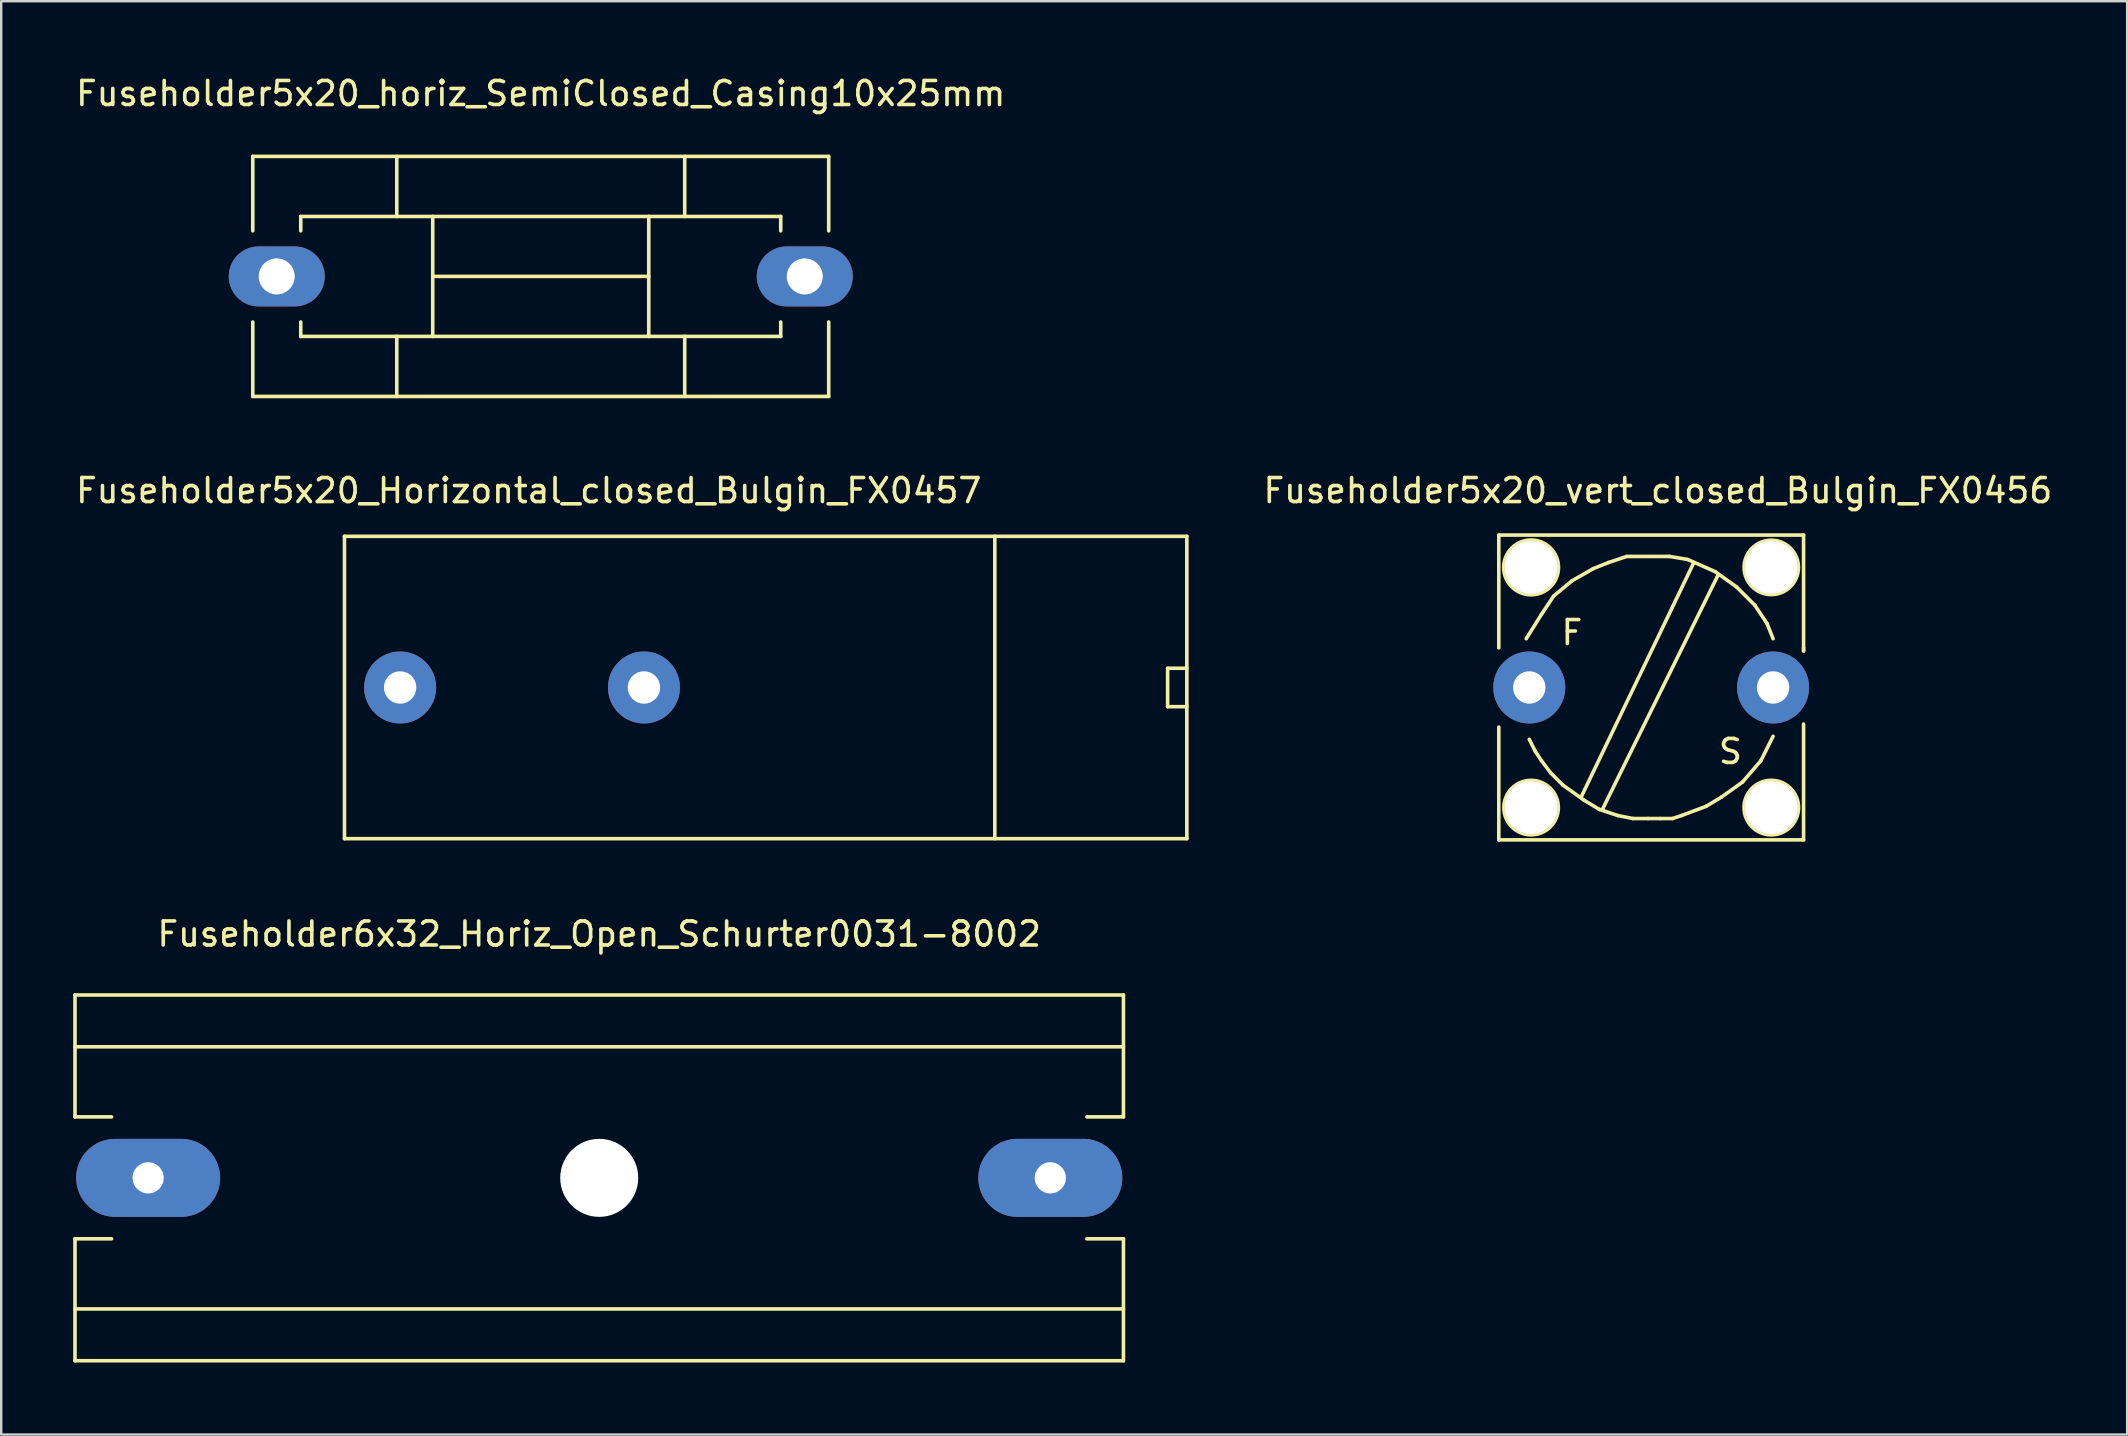
<source format=kicad_pcb>
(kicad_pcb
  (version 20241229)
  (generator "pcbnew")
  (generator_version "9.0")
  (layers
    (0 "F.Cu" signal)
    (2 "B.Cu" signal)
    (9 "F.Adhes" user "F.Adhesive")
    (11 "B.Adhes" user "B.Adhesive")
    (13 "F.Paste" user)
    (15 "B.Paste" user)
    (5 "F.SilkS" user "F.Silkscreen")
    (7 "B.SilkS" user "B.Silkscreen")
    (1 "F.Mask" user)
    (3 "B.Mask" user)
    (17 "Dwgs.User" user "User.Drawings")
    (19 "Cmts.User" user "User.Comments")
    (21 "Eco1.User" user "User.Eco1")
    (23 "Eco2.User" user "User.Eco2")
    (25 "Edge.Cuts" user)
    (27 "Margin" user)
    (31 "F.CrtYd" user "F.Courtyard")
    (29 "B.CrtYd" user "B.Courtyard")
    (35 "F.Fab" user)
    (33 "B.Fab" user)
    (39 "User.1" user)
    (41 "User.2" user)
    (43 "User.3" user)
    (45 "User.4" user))
  (footprint "Fuseholder5x20_horiz_SemiClosed_Casing10x25mm"
    (layer "F.Cu")
    (at 19.482 8.468)
    (property "Reference" "Fuseholder5x20_horiz_SemiClosed_Casing10x25mm" (at 0 -7.62 0) (layer "F.SilkS") (effects (font (size 1 1) (thickness 0.15))))
    (attr through_hole)
    (fp_line (start -11.999 -5.001) (end -11.999 -1.9) (stroke (width 0.15) (type solid)) (layer "F.SilkS"))
    (fp_line (start -11.999 1.9) (end -11.999 5.001) (stroke (width 0.15) (type solid)) (layer "F.SilkS"))
    (fp_line (start -11.999 5.001) (end 11.999 5.001) (stroke (width 0.15) (type solid)) (layer "F.SilkS"))
    (fp_line (start -10 -2.499) (end -10 -1.9) (stroke (width 0.15) (type solid)) (layer "F.SilkS"))
    (fp_line (start -10 1.9) (end -10 2.499) (stroke (width 0.15) (type solid)) (layer "F.SilkS"))
    (fp_line (start -10 2.499) (end 10 2.499) (stroke (width 0.15) (type solid)) (layer "F.SilkS"))
    (fp_line (start -5.999 -2.499) (end -5.999 -5.001) (stroke (width 0.15) (type solid)) (layer "F.SilkS"))
    (fp_line (start -5.999 5.001) (end -5.999 2.499) (stroke (width 0.15) (type solid)) (layer "F.SilkS"))
    (fp_line (start -4.501 -2.499) (end -4.501 2.499) (stroke (width 0.15) (type solid)) (layer "F.SilkS"))
    (fp_line (start -4.501 0) (end 4.501 0) (stroke (width 0.15) (type solid)) (layer "F.SilkS"))
    (fp_line (start 4.501 -2.499) (end 4.501 2.499) (stroke (width 0.15) (type solid)) (layer "F.SilkS"))
    (fp_line (start 5.999 -5.001) (end 5.999 -2.499) (stroke (width 0.15) (type solid)) (layer "F.SilkS"))
    (fp_line (start 5.999 5.001) (end 5.999 2.499) (stroke (width 0.15) (type solid)) (layer "F.SilkS"))
    (fp_line (start 10 -2.499) (end -10 -2.499) (stroke (width 0.15) (type solid)) (layer "F.SilkS"))
    (fp_line (start 10 -1.9) (end 10 -2.499) (stroke (width 0.15) (type solid)) (layer "F.SilkS"))
    (fp_line (start 10 2.499) (end 10 1.9) (stroke (width 0.15) (type solid)) (layer "F.SilkS"))
    (fp_line (start 11.999 -5.001) (end -11.999 -5.001) (stroke (width 0.15) (type solid)) (layer "F.SilkS"))
    (fp_line (start 11.999 -1.9) (end 11.999 -5.001) (stroke (width 0.15) (type solid)) (layer "F.SilkS"))
    (fp_line (start 11.999 5.001) (end 11.999 1.9) (stroke (width 0.15) (type solid)) (layer "F.SilkS"))
    (pad "1" thru_hole oval (at -11.001 0 270) (size 2.499 4) (drill 1.501) (layers "*.Cu" "*.Mask"))
    (pad "2" thru_hole oval (at 11.001 0 270) (size 2.499 4) (drill 1.501) (layers "*.Cu" "*.Mask")))
  (footprint "Fuseholder6x32_Horiz_Open_Schurter0031-8002"
    (layer "F.Cu")
    (at 21.919 46.03)
    (property "Reference" "Fuseholder6x32_Horiz_Open_Schurter0031-8002" (at 0 -10.16 0) (layer "F.SilkS") (effects (font (size 1 1) (thickness 0.15))))
    (attr through_hole)
    (fp_line (start -21.844 -7.62) (end -21.844 -2.54) (stroke (width 0.15) (type solid)) (layer "F.SilkS"))
    (fp_line (start -21.844 -7.62) (end 21.844 -7.62) (stroke (width 0.15) (type solid)) (layer "F.SilkS"))
    (fp_line (start -21.844 -5.461) (end 21.844 -5.461) (stroke (width 0.15) (type solid)) (layer "F.SilkS"))
    (fp_line (start -21.844 -2.54) (end -20.32 -2.54) (stroke (width 0.15) (type solid)) (layer "F.SilkS"))
    (fp_line (start -21.844 2.54) (end -21.844 7.62) (stroke (width 0.15) (type solid)) (layer "F.SilkS"))
    (fp_line (start -20.32 2.54) (end -21.844 2.54) (stroke (width 0.15) (type solid)) (layer "F.SilkS"))
    (fp_line (start 20.32 2.54) (end 21.844 2.54) (stroke (width 0.15) (type solid)) (layer "F.SilkS"))
    (fp_line (start 21.844 -7.62) (end 21.844 -2.54) (stroke (width 0.15) (type solid)) (layer "F.SilkS"))
    (fp_line (start 21.844 -2.54) (end 20.32 -2.54) (stroke (width 0.15) (type solid)) (layer "F.SilkS"))
    (fp_line (start 21.844 2.54) (end 21.844 7.62) (stroke (width 0.15) (type solid)) (layer "F.SilkS"))
    (fp_line (start 21.844 5.461) (end -21.844 5.461) (stroke (width 0.15) (type solid)) (layer "F.SilkS"))
    (fp_line (start 21.844 7.62) (end -21.844 7.62) (stroke (width 0.15) (type solid)) (layer "F.SilkS"))
    (pad "" np_thru_hole circle (at 0 0) (size 3.251 3.251) (drill 3.251) (layers "*.Cu" "*.Mask"))
    (pad "1" thru_hole oval (at -18.796 0 90) (size 3.251 5.999) (drill 1.3) (layers "*.Cu" "*.Mask"))
    (pad "2" thru_hole oval (at 18.796 0 90) (size 3.251 5.999) (drill 1.3) (layers "*.Cu" "*.Mask")))
  (footprint "Fuseholder5x20_Horizontal_closed_Bulgin_FX0457"
    (layer "F.Cu")
    (at 18.703 25.597)
    (property "Reference" "Fuseholder5x20_Horizontal_closed_Bulgin_FX0457" (at 0.279 -8.204 0) (layer "F.SilkS") (effects (font (size 1 1) (thickness 0.15))))
    (attr through_hole)
    (fp_line (start -7.399 6.299) (end -7.399 -6.299) (stroke (width 0.15) (type solid)) (layer "F.SilkS"))
    (fp_line (start -7.399 6.299) (end 27.701 6.299) (stroke (width 0.15) (type solid)) (layer "F.SilkS"))
    (fp_line (start 19.7 6.299) (end 19.7 -6.299) (stroke (width 0.15) (type solid)) (layer "F.SilkS"))
    (fp_line (start 26.901 -0.8) (end 26.901 0.8) (stroke (width 0.15) (type solid)) (layer "F.SilkS"))
    (fp_line (start 26.901 0.8) (end 27.701 0.8) (stroke (width 0.15) (type solid)) (layer "F.SilkS"))
    (fp_line (start 27.701 -6.299) (end -7.399 -6.299) (stroke (width 0.15) (type solid)) (layer "F.SilkS"))
    (fp_line (start 27.701 -0.8) (end 26.901 -0.8) (stroke (width 0.15) (type solid)) (layer "F.SilkS"))
    (fp_line (start 27.701 6.299) (end 27.701 -6.299) (stroke (width 0.15) (type solid)) (layer "F.SilkS"))
    (pad "1" thru_hole circle (at -5.08 0) (size 3 3) (drill 1.349) (layers "*.Cu" "*.Mask"))
    (pad "2" thru_hole circle (at 5.08 0) (size 3 3) (drill 1.349) (layers "*.Cu" "*.Mask")))
  (footprint "Fuseholder5x20_vert_closed_Bulgin_FX0456"
    (layer "F.Cu")
    (at 65.753 25.597)
    (property "Reference" "Fuseholder5x20_vert_closed_Bulgin_FX0456" (at 0.279 -8.204 0) (layer "F.SilkS") (effects (font (size 1 1) (thickness 0.15))))
    (attr through_hole)
    (fp_line (start -6.35 -6.35) (end -6.35 -1.651) (stroke (width 0.15) (type solid)) (layer "F.SilkS"))
    (fp_line (start -6.35 6.35) (end -6.35 1.651) (stroke (width 0.15) (type solid)) (layer "F.SilkS"))
    (fp_line (start -6.35 6.35) (end 6.35 6.35) (stroke (width 0.15) (type solid)) (layer "F.SilkS"))
    (fp_line (start -5.08 2.159) (end -4.826 2.667) (stroke (width 0.15) (type solid)) (layer "F.SilkS"))
    (fp_line (start -4.826 2.667) (end -4.572 3.048) (stroke (width 0.15) (type solid)) (layer "F.SilkS"))
    (fp_line (start -4.572 -3.048) (end -5.207 -2.032) (stroke (width 0.15) (type solid)) (layer "F.SilkS"))
    (fp_line (start -4.572 3.048) (end -4.191 3.556) (stroke (width 0.15) (type solid)) (layer "F.SilkS"))
    (fp_line (start -4.191 3.556) (end -3.683 4.064) (stroke (width 0.15) (type solid)) (layer "F.SilkS"))
    (fp_line (start -4.064 -3.81) (end -4.572 -3.048) (stroke (width 0.15) (type solid)) (layer "F.SilkS"))
    (fp_line (start -3.683 4.064) (end -2.794 4.699) (stroke (width 0.15) (type solid)) (layer "F.SilkS"))
    (fp_line (start -3.302 -4.445) (end -4.064 -3.81) (stroke (width 0.15) (type solid)) (layer "F.SilkS"))
    (fp_line (start -2.794 4.699) (end -2.159 5.08) (stroke (width 0.15) (type solid)) (layer "F.SilkS"))
    (fp_line (start -2.413 -4.953) (end -3.302 -4.445) (stroke (width 0.15) (type solid)) (layer "F.SilkS"))
    (fp_line (start -2.159 5.08) (end -1.397 5.334) (stroke (width 0.15) (type solid)) (layer "F.SilkS"))
    (fp_line (start -1.778 -5.207) (end -2.413 -4.953) (stroke (width 0.15) (type solid)) (layer "F.SilkS"))
    (fp_line (start -1.397 5.334) (end -0.762 5.461) (stroke (width 0.15) (type solid)) (layer "F.SilkS"))
    (fp_line (start -1.016 -5.461) (end -1.778 -5.207) (stroke (width 0.15) (type solid)) (layer "F.SilkS"))
    (fp_line (start -0.762 5.461) (end -0.127 5.461) (stroke (width 0.15) (type solid)) (layer "F.SilkS"))
    (fp_line (start -0.127 5.461) (end 0.381 5.461) (stroke (width 0.15) (type solid)) (layer "F.SilkS"))
    (fp_line (start 0.381 5.461) (end 0.889 5.461) (stroke (width 0.15) (type solid)) (layer "F.SilkS"))
    (fp_line (start 0.762 -5.461) (end -1.016 -5.461) (stroke (width 0.15) (type solid)) (layer "F.SilkS"))
    (fp_line (start 0.889 5.461) (end 1.27 5.334) (stroke (width 0.15) (type solid)) (layer "F.SilkS"))
    (fp_line (start 1.27 5.334) (end 2.286 4.953) (stroke (width 0.15) (type solid)) (layer "F.SilkS"))
    (fp_line (start 1.524 -5.334) (end 0.762 -5.461) (stroke (width 0.15) (type solid)) (layer "F.SilkS"))
    (fp_line (start 1.778 -5.207) (end -2.921 4.572) (stroke (width 0.15) (type solid)) (layer "F.SilkS"))
    (fp_line (start 2.286 4.953) (end 2.921 4.572) (stroke (width 0.15) (type solid)) (layer "F.SilkS"))
    (fp_line (start 2.667 -4.826) (end 1.524 -5.334) (stroke (width 0.15) (type solid)) (layer "F.SilkS"))
    (fp_line (start 2.794 -4.699) (end -2.032 5.08) (stroke (width 0.15) (type solid)) (layer "F.SilkS"))
    (fp_line (start 2.921 4.572) (end 3.81 3.937) (stroke (width 0.15) (type solid)) (layer "F.SilkS"))
    (fp_line (start 3.556 -4.191) (end 2.667 -4.826) (stroke (width 0.15) (type solid)) (layer "F.SilkS"))
    (fp_line (start 3.81 3.937) (end 4.572 3.048) (stroke (width 0.15) (type solid)) (layer "F.SilkS"))
    (fp_line (start 4.318 -3.429) (end 3.556 -4.191) (stroke (width 0.15) (type solid)) (layer "F.SilkS"))
    (fp_line (start 4.572 3.048) (end 5.08 2.032) (stroke (width 0.15) (type solid)) (layer "F.SilkS"))
    (fp_line (start 4.826 -2.667) (end 4.318 -3.429) (stroke (width 0.15) (type solid)) (layer "F.SilkS"))
    (fp_line (start 5.08 -2.032) (end 4.826 -2.667) (stroke (width 0.15) (type solid)) (layer "F.SilkS"))
    (fp_line (start 6.35 -6.35) (end -6.35 -6.35) (stroke (width 0.15) (type solid)) (layer "F.SilkS"))
    (fp_line (start 6.35 -6.35) (end 6.35 -1.524) (stroke (width 0.15) (type solid)) (layer "F.SilkS"))
    (fp_line (start 6.35 -1.524) (end 6.35 -1.651) (stroke (width 0.15) (type solid)) (layer "F.SilkS"))
    (fp_line (start 6.35 6.35) (end 6.35 1.524) (stroke (width 0.15) (type solid)) (layer "F.SilkS"))
    (fp_circle (center -5.004 -5.004) (end -4.597 -3.937) (stroke (width 0.15) (type solid)) (fill no) (layer "F.SilkS"))
    (fp_circle (center -5.004 5.004) (end -4.496 6.02) (stroke (width 0.15) (type solid)) (fill no) (layer "F.SilkS"))
    (fp_circle (center 5.004 -5.004) (end 5.385 -3.937) (stroke (width 0.15) (type solid)) (fill no) (layer "F.SilkS"))
    (fp_circle (center 5.004 5.004) (end 5.563 5.994) (stroke (width 0.15) (type solid)) (fill no) (layer "F.SilkS"))
    (fp_text user "S" (at 3.302 2.667 0) (layer "F.SilkS") (effects (font (size 1 1) (thickness 0.15))))
    (fp_text user "F" (at -3.302 -2.286 0) (layer "F.SilkS") (effects (font (size 1 1) (thickness 0.15))))
    (pad "1" thru_hole circle (at -5.08 0) (size 3 3) (drill 1.349) (layers "*.Cu" "*.Mask"))
    (pad "2" thru_hole circle (at 5.08 0) (size 3 3) (drill 1.349) (layers "*.Cu" "*.Mask"))
    (pad "3" thru_hole circle (at -5.004 -5.004) (size 2.2 2.2) (drill 2.2) (layers "*.Cu" "Dwgs.User"))
    (pad "3" thru_hole circle (at -5.004 5.004) (size 2.2 2.2) (drill 2.2) (layers "*.Cu" "Dwgs.User"))
    (pad "3" thru_hole circle (at 5.004 -5.004) (size 2.2 2.2) (drill 2.2) (layers "*.Cu" "Dwgs.User"))
    (pad "3" thru_hole circle (at 5.004 5.004) (size 2.2 2.2) (drill 2.2) (layers "*.Cu" "Dwgs.User")))
  (gr_rect
    (start -3 -3)
    (end 85.586 56.725)
    (stroke (width 0.1) (type default))
    (fill no)
    (layer "Edge.Cuts")))
</source>
